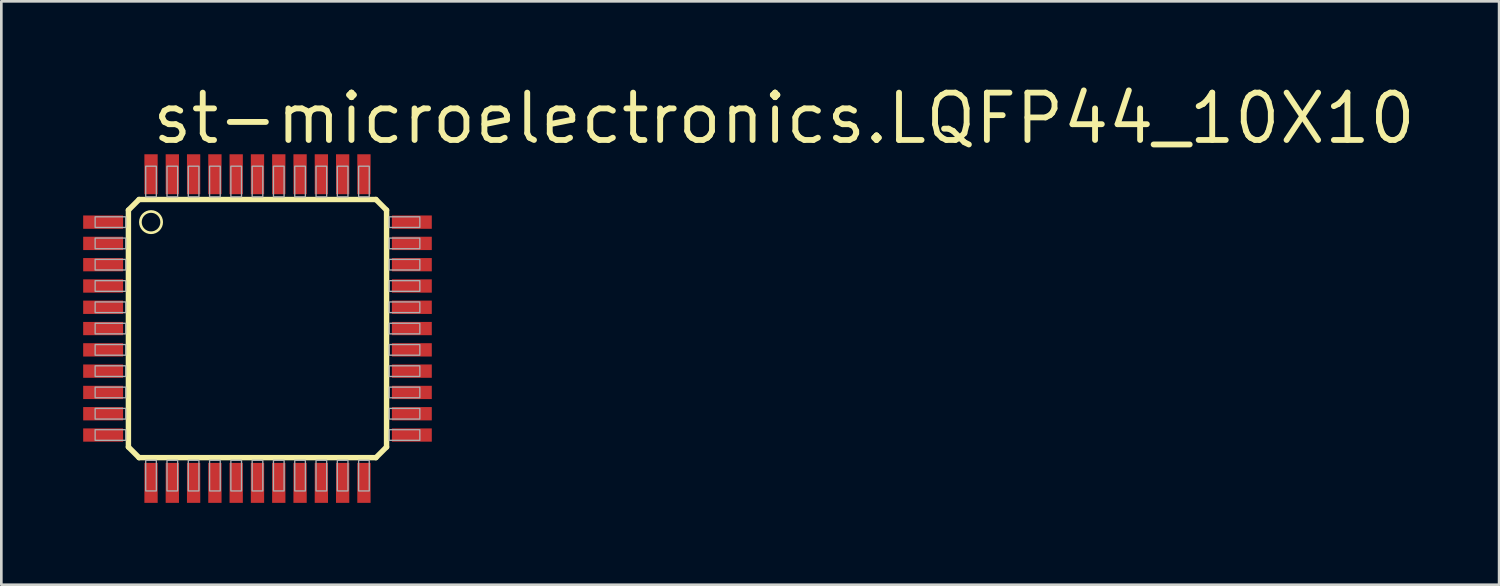
<source format=kicad_pcb>
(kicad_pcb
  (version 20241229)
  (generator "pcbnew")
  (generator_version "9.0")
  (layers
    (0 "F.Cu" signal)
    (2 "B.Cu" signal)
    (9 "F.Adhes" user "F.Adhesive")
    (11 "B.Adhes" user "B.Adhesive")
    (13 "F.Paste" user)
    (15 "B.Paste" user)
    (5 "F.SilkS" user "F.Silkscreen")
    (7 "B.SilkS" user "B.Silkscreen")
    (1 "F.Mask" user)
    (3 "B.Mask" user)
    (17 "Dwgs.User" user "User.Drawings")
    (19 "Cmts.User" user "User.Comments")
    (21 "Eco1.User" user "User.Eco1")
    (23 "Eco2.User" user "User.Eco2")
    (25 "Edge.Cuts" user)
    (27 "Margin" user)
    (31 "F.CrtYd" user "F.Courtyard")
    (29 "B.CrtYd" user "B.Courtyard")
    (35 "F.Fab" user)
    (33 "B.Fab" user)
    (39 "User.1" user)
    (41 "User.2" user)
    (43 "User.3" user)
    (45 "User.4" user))
  (footprint "st-microelectronics.LQFP44_10X10"
    (layer "F.Cu")
    (at 6.625 9.296)
    (property "Reference" "st-microelectronics.LQFP44_10X10" (at -4.064 -6.858 0) (layer "F.SilkS") (effects (font (size 1.778 1.778) (thickness 0.22)) (justify left bottom)))
    (attr smd)
    (fp_rect (start -6.6 -3.7) (end -5 -4.3) (stroke (width 0.05) (type default)) (fill yes) (layer "F.Mask"))
    (fp_rect (start -6.6 -2.9) (end -5 -3.5) (stroke (width 0.05) (type default)) (fill yes) (layer "F.Mask"))
    (fp_rect (start -6.6 -2.1) (end -5 -2.7) (stroke (width 0.05) (type default)) (fill yes) (layer "F.Mask"))
    (fp_rect (start -6.6 -1.3) (end -5 -1.9) (stroke (width 0.05) (type default)) (fill yes) (layer "F.Mask"))
    (fp_rect (start -6.6 -0.5) (end -5 -1.1) (stroke (width 0.05) (type default)) (fill yes) (layer "F.Mask"))
    (fp_rect (start -6.6 0.3) (end -5 -0.3) (stroke (width 0.05) (type default)) (fill yes) (layer "F.Mask"))
    (fp_rect (start -6.6 1.1) (end -5 0.5) (stroke (width 0.05) (type default)) (fill yes) (layer "F.Mask"))
    (fp_rect (start -6.6 1.9) (end -5 1.3) (stroke (width 0.05) (type default)) (fill yes) (layer "F.Mask"))
    (fp_rect (start -6.6 2.7) (end -5 2.1) (stroke (width 0.05) (type default)) (fill yes) (layer "F.Mask"))
    (fp_rect (start -6.6 3.5) (end -5 2.9) (stroke (width 0.05) (type default)) (fill yes) (layer "F.Mask"))
    (fp_rect (start -6.6 4.3) (end -5 3.7) (stroke (width 0.05) (type default)) (fill yes) (layer "F.Mask"))
    (fp_rect (start -4.3 -5) (end -3.7 -6.6) (stroke (width 0.05) (type default)) (fill yes) (layer "F.Mask"))
    (fp_rect (start -4.3 6.6) (end -3.7 5) (stroke (width 0.05) (type default)) (fill yes) (layer "F.Mask"))
    (fp_rect (start -3.5 -5) (end -2.9 -6.6) (stroke (width 0.05) (type default)) (fill yes) (layer "F.Mask"))
    (fp_rect (start -3.5 6.6) (end -2.9 5) (stroke (width 0.05) (type default)) (fill yes) (layer "F.Mask"))
    (fp_rect (start -2.7 -5) (end -2.1 -6.6) (stroke (width 0.05) (type default)) (fill yes) (layer "F.Mask"))
    (fp_rect (start -2.7 6.6) (end -2.1 5) (stroke (width 0.05) (type default)) (fill yes) (layer "F.Mask"))
    (fp_rect (start -1.9 -5) (end -1.3 -6.6) (stroke (width 0.05) (type default)) (fill yes) (layer "F.Mask"))
    (fp_rect (start -1.9 6.6) (end -1.3 5) (stroke (width 0.05) (type default)) (fill yes) (layer "F.Mask"))
    (fp_rect (start -1.1 -5) (end -0.5 -6.6) (stroke (width 0.05) (type default)) (fill yes) (layer "F.Mask"))
    (fp_rect (start -1.1 6.6) (end -0.5 5) (stroke (width 0.05) (type default)) (fill yes) (layer "F.Mask"))
    (fp_rect (start -0.3 -5) (end 0.3 -6.6) (stroke (width 0.05) (type default)) (fill yes) (layer "F.Mask"))
    (fp_rect (start -0.3 6.6) (end 0.3 5) (stroke (width 0.05) (type default)) (fill yes) (layer "F.Mask"))
    (fp_rect (start 0.5 -5) (end 1.1 -6.6) (stroke (width 0.05) (type default)) (fill yes) (layer "F.Mask"))
    (fp_rect (start 0.5 6.6) (end 1.1 5) (stroke (width 0.05) (type default)) (fill yes) (layer "F.Mask"))
    (fp_rect (start 1.3 -5) (end 1.9 -6.6) (stroke (width 0.05) (type default)) (fill yes) (layer "F.Mask"))
    (fp_rect (start 1.3 6.6) (end 1.9 5) (stroke (width 0.05) (type default)) (fill yes) (layer "F.Mask"))
    (fp_rect (start 2.1 -5) (end 2.7 -6.6) (stroke (width 0.05) (type default)) (fill yes) (layer "F.Mask"))
    (fp_rect (start 2.1 6.6) (end 2.7 5) (stroke (width 0.05) (type default)) (fill yes) (layer "F.Mask"))
    (fp_rect (start 2.9 -5) (end 3.5 -6.6) (stroke (width 0.05) (type default)) (fill yes) (layer "F.Mask"))
    (fp_rect (start 2.9 6.6) (end 3.5 5) (stroke (width 0.05) (type default)) (fill yes) (layer "F.Mask"))
    (fp_rect (start 3.7 -5) (end 4.3 -6.6) (stroke (width 0.05) (type default)) (fill yes) (layer "F.Mask"))
    (fp_rect (start 3.7 6.6) (end 4.3 5) (stroke (width 0.05) (type default)) (fill yes) (layer "F.Mask"))
    (fp_rect (start 5 -3.7) (end 6.6 -4.3) (stroke (width 0.05) (type default)) (fill yes) (layer "F.Mask"))
    (fp_rect (start 5 -2.9) (end 6.6 -3.5) (stroke (width 0.05) (type default)) (fill yes) (layer "F.Mask"))
    (fp_rect (start 5 -2.1) (end 6.6 -2.7) (stroke (width 0.05) (type default)) (fill yes) (layer "F.Mask"))
    (fp_rect (start 5 -1.3) (end 6.6 -1.9) (stroke (width 0.05) (type default)) (fill yes) (layer "F.Mask"))
    (fp_rect (start 5 -0.5) (end 6.6 -1.1) (stroke (width 0.05) (type default)) (fill yes) (layer "F.Mask"))
    (fp_rect (start 5 0.3) (end 6.6 -0.3) (stroke (width 0.05) (type default)) (fill yes) (layer "F.Mask"))
    (fp_rect (start 5 1.1) (end 6.6 0.5) (stroke (width 0.05) (type default)) (fill yes) (layer "F.Mask"))
    (fp_rect (start 5 1.9) (end 6.6 1.3) (stroke (width 0.05) (type default)) (fill yes) (layer "F.Mask"))
    (fp_rect (start 5 2.7) (end 6.6 2.1) (stroke (width 0.05) (type default)) (fill yes) (layer "F.Mask"))
    (fp_rect (start 5 3.5) (end 6.6 2.9) (stroke (width 0.05) (type default)) (fill yes) (layer "F.Mask"))
    (fp_rect (start 5 4.3) (end 6.6 3.7) (stroke (width 0.05) (type default)) (fill yes) (layer "F.Mask"))
    (fp_line (start -4.85 -4.45) (end -4.45 -4.85) (stroke (width 0.203) (type default)) (layer "F.SilkS"))
    (fp_line (start -4.85 4.45) (end -4.85 -4.45) (stroke (width 0.203) (type default)) (layer "F.SilkS"))
    (fp_line (start -4.45 -4.85) (end 4.45 -4.85) (stroke (width 0.203) (type default)) (layer "F.SilkS"))
    (fp_line (start -4.45 4.85) (end -4.85 4.45) (stroke (width 0.203) (type default)) (layer "F.SilkS"))
    (fp_line (start 4.45 -4.85) (end 4.85 -4.45) (stroke (width 0.203) (type default)) (layer "F.SilkS"))
    (fp_line (start 4.45 4.85) (end -4.45 4.85) (stroke (width 0.203) (type default)) (layer "F.SilkS"))
    (fp_line (start 4.85 -4.45) (end 4.85 4.45) (stroke (width 0.203) (type default)) (layer "F.SilkS"))
    (fp_line (start 4.85 4.45) (end 4.45 4.85) (stroke (width 0.203) (type default)) (layer "F.SilkS"))
    (fp_circle (center -4 -4) (end -3.6 -4) (stroke (width 0.1) (type default)) (fill no) (layer "F.SilkS"))
    (fp_rect (start -6.5 -3.775) (end -5.1 -4.225) (stroke (width 0.05) (type default)) (fill yes) (layer "F.Paste"))
    (fp_rect (start -6.5 -2.975) (end -5.1 -3.425) (stroke (width 0.05) (type default)) (fill yes) (layer "F.Paste"))
    (fp_rect (start -6.5 -2.175) (end -5.1 -2.625) (stroke (width 0.05) (type default)) (fill yes) (layer "F.Paste"))
    (fp_rect (start -6.5 -1.375) (end -5.1 -1.825) (stroke (width 0.05) (type default)) (fill yes) (layer "F.Paste"))
    (fp_rect (start -6.5 -0.575) (end -5.1 -1.025) (stroke (width 0.05) (type default)) (fill yes) (layer "F.Paste"))
    (fp_rect (start -6.5 0.225) (end -5.1 -0.225) (stroke (width 0.05) (type default)) (fill yes) (layer "F.Paste"))
    (fp_rect (start -6.5 1.025) (end -5.1 0.575) (stroke (width 0.05) (type default)) (fill yes) (layer "F.Paste"))
    (fp_rect (start -6.5 1.825) (end -5.1 1.375) (stroke (width 0.05) (type default)) (fill yes) (layer "F.Paste"))
    (fp_rect (start -6.5 2.625) (end -5.1 2.175) (stroke (width 0.05) (type default)) (fill yes) (layer "F.Paste"))
    (fp_rect (start -6.5 3.425) (end -5.1 2.975) (stroke (width 0.05) (type default)) (fill yes) (layer "F.Paste"))
    (fp_rect (start -6.5 4.225) (end -5.1 3.775) (stroke (width 0.05) (type default)) (fill yes) (layer "F.Paste"))
    (fp_rect (start -4.225 -5.1) (end -3.775 -6.5) (stroke (width 0.05) (type default)) (fill yes) (layer "F.Paste"))
    (fp_rect (start -4.225 6.5) (end -3.775 5.1) (stroke (width 0.05) (type default)) (fill yes) (layer "F.Paste"))
    (fp_rect (start -3.425 -5.1) (end -2.975 -6.5) (stroke (width 0.05) (type default)) (fill yes) (layer "F.Paste"))
    (fp_rect (start -3.425 6.5) (end -2.975 5.1) (stroke (width 0.05) (type default)) (fill yes) (layer "F.Paste"))
    (fp_rect (start -2.625 -5.1) (end -2.175 -6.5) (stroke (width 0.05) (type default)) (fill yes) (layer "F.Paste"))
    (fp_rect (start -2.625 6.5) (end -2.175 5.1) (stroke (width 0.05) (type default)) (fill yes) (layer "F.Paste"))
    (fp_rect (start -1.825 -5.1) (end -1.375 -6.5) (stroke (width 0.05) (type default)) (fill yes) (layer "F.Paste"))
    (fp_rect (start -1.825 6.5) (end -1.375 5.1) (stroke (width 0.05) (type default)) (fill yes) (layer "F.Paste"))
    (fp_rect (start -1.025 -5.1) (end -0.575 -6.5) (stroke (width 0.05) (type default)) (fill yes) (layer "F.Paste"))
    (fp_rect (start -1.025 6.5) (end -0.575 5.1) (stroke (width 0.05) (type default)) (fill yes) (layer "F.Paste"))
    (fp_rect (start -0.225 -5.1) (end 0.225 -6.5) (stroke (width 0.05) (type default)) (fill yes) (layer "F.Paste"))
    (fp_rect (start -0.225 6.5) (end 0.225 5.1) (stroke (width 0.05) (type default)) (fill yes) (layer "F.Paste"))
    (fp_rect (start 0.575 -5.1) (end 1.025 -6.5) (stroke (width 0.05) (type default)) (fill yes) (layer "F.Paste"))
    (fp_rect (start 0.575 6.5) (end 1.025 5.1) (stroke (width 0.05) (type default)) (fill yes) (layer "F.Paste"))
    (fp_rect (start 1.375 -5.1) (end 1.825 -6.5) (stroke (width 0.05) (type default)) (fill yes) (layer "F.Paste"))
    (fp_rect (start 1.375 6.5) (end 1.825 5.1) (stroke (width 0.05) (type default)) (fill yes) (layer "F.Paste"))
    (fp_rect (start 2.175 -5.1) (end 2.625 -6.5) (stroke (width 0.05) (type default)) (fill yes) (layer "F.Paste"))
    (fp_rect (start 2.175 6.5) (end 2.625 5.1) (stroke (width 0.05) (type default)) (fill yes) (layer "F.Paste"))
    (fp_rect (start 2.975 -5.1) (end 3.425 -6.5) (stroke (width 0.05) (type default)) (fill yes) (layer "F.Paste"))
    (fp_rect (start 2.975 6.5) (end 3.425 5.1) (stroke (width 0.05) (type default)) (fill yes) (layer "F.Paste"))
    (fp_rect (start 3.775 -5.1) (end 4.225 -6.5) (stroke (width 0.05) (type default)) (fill yes) (layer "F.Paste"))
    (fp_rect (start 3.775 6.5) (end 4.225 5.1) (stroke (width 0.05) (type default)) (fill yes) (layer "F.Paste"))
    (fp_rect (start 5.1 -3.775) (end 6.5 -4.225) (stroke (width 0.05) (type default)) (fill yes) (layer "F.Paste"))
    (fp_rect (start 5.1 -2.975) (end 6.5 -3.425) (stroke (width 0.05) (type default)) (fill yes) (layer "F.Paste"))
    (fp_rect (start 5.1 -2.175) (end 6.5 -2.625) (stroke (width 0.05) (type default)) (fill yes) (layer "F.Paste"))
    (fp_rect (start 5.1 -1.375) (end 6.5 -1.825) (stroke (width 0.05) (type default)) (fill yes) (layer "F.Paste"))
    (fp_rect (start 5.1 -0.575) (end 6.5 -1.025) (stroke (width 0.05) (type default)) (fill yes) (layer "F.Paste"))
    (fp_rect (start 5.1 0.225) (end 6.5 -0.225) (stroke (width 0.05) (type default)) (fill yes) (layer "F.Paste"))
    (fp_rect (start 5.1 1.025) (end 6.5 0.575) (stroke (width 0.05) (type default)) (fill yes) (layer "F.Paste"))
    (fp_rect (start 5.1 1.825) (end 6.5 1.375) (stroke (width 0.05) (type default)) (fill yes) (layer "F.Paste"))
    (fp_rect (start 5.1 2.625) (end 6.5 2.175) (stroke (width 0.05) (type default)) (fill yes) (layer "F.Paste"))
    (fp_rect (start 5.1 3.425) (end 6.5 2.975) (stroke (width 0.05) (type default)) (fill yes) (layer "F.Paste"))
    (fp_rect (start 5.1 4.225) (end 6.5 3.775) (stroke (width 0.05) (type default)) (fill yes) (layer "F.Paste"))
    (fp_rect (start -6.1 -3.8) (end -4.95 -4.2) (stroke (width 0.05) (type default)) (fill no) (layer "F.Fab"))
    (fp_rect (start -6.1 -3) (end -4.95 -3.4) (stroke (width 0.05) (type default)) (fill no) (layer "F.Fab"))
    (fp_rect (start -6.1 -2.2) (end -4.95 -2.6) (stroke (width 0.05) (type default)) (fill no) (layer "F.Fab"))
    (fp_rect (start -6.1 -1.4) (end -4.95 -1.8) (stroke (width 0.05) (type default)) (fill no) (layer "F.Fab"))
    (fp_rect (start -6.1 -0.6) (end -4.95 -1) (stroke (width 0.05) (type default)) (fill no) (layer "F.Fab"))
    (fp_rect (start -6.1 0.2) (end -4.95 -0.2) (stroke (width 0.05) (type default)) (fill no) (layer "F.Fab"))
    (fp_rect (start -6.1 1) (end -4.95 0.6) (stroke (width 0.05) (type default)) (fill no) (layer "F.Fab"))
    (fp_rect (start -6.1 1.8) (end -4.95 1.4) (stroke (width 0.05) (type default)) (fill no) (layer "F.Fab"))
    (fp_rect (start -6.1 2.6) (end -4.95 2.2) (stroke (width 0.05) (type default)) (fill no) (layer "F.Fab"))
    (fp_rect (start -6.1 3.4) (end -4.95 3) (stroke (width 0.05) (type default)) (fill no) (layer "F.Fab"))
    (fp_rect (start -6.1 4.2) (end -4.95 3.8) (stroke (width 0.05) (type default)) (fill no) (layer "F.Fab"))
    (fp_rect (start -4.2 -4.95) (end -3.8 -6.1) (stroke (width 0.05) (type default)) (fill no) (layer "F.Fab"))
    (fp_rect (start -4.2 6.1) (end -3.8 4.95) (stroke (width 0.05) (type default)) (fill no) (layer "F.Fab"))
    (fp_rect (start -3.4 -4.95) (end -3 -6.1) (stroke (width 0.05) (type default)) (fill no) (layer "F.Fab"))
    (fp_rect (start -3.4 6.1) (end -3 4.95) (stroke (width 0.05) (type default)) (fill no) (layer "F.Fab"))
    (fp_rect (start -2.6 -4.95) (end -2.2 -6.1) (stroke (width 0.05) (type default)) (fill no) (layer "F.Fab"))
    (fp_rect (start -2.6 6.1) (end -2.2 4.95) (stroke (width 0.05) (type default)) (fill no) (layer "F.Fab"))
    (fp_rect (start -1.8 -4.95) (end -1.4 -6.1) (stroke (width 0.05) (type default)) (fill no) (layer "F.Fab"))
    (fp_rect (start -1.8 6.1) (end -1.4 4.95) (stroke (width 0.05) (type default)) (fill no) (layer "F.Fab"))
    (fp_rect (start -1 -4.95) (end -0.6 -6.1) (stroke (width 0.05) (type default)) (fill no) (layer "F.Fab"))
    (fp_rect (start -1 6.1) (end -0.6 4.95) (stroke (width 0.05) (type default)) (fill no) (layer "F.Fab"))
    (fp_rect (start -0.2 -4.95) (end 0.2 -6.1) (stroke (width 0.05) (type default)) (fill no) (layer "F.Fab"))
    (fp_rect (start -0.2 6.1) (end 0.2 4.95) (stroke (width 0.05) (type default)) (fill no) (layer "F.Fab"))
    (fp_rect (start 0.6 -4.95) (end 1 -6.1) (stroke (width 0.05) (type default)) (fill no) (layer "F.Fab"))
    (fp_rect (start 0.6 6.1) (end 1 4.95) (stroke (width 0.05) (type default)) (fill no) (layer "F.Fab"))
    (fp_rect (start 1.4 -4.95) (end 1.8 -6.1) (stroke (width 0.05) (type default)) (fill no) (layer "F.Fab"))
    (fp_rect (start 1.4 6.1) (end 1.8 4.95) (stroke (width 0.05) (type default)) (fill no) (layer "F.Fab"))
    (fp_rect (start 2.2 -4.95) (end 2.6 -6.1) (stroke (width 0.05) (type default)) (fill no) (layer "F.Fab"))
    (fp_rect (start 2.2 6.1) (end 2.6 4.95) (stroke (width 0.05) (type default)) (fill no) (layer "F.Fab"))
    (fp_rect (start 3 -4.95) (end 3.4 -6.1) (stroke (width 0.05) (type default)) (fill no) (layer "F.Fab"))
    (fp_rect (start 3 6.1) (end 3.4 4.95) (stroke (width 0.05) (type default)) (fill no) (layer "F.Fab"))
    (fp_rect (start 3.8 -4.95) (end 4.2 -6.1) (stroke (width 0.05) (type default)) (fill no) (layer "F.Fab"))
    (fp_rect (start 3.8 6.1) (end 4.2 4.95) (stroke (width 0.05) (type default)) (fill no) (layer "F.Fab"))
    (fp_rect (start 4.95 -3.8) (end 6.1 -4.2) (stroke (width 0.05) (type default)) (fill no) (layer "F.Fab"))
    (fp_rect (start 4.95 -3) (end 6.1 -3.4) (stroke (width 0.05) (type default)) (fill no) (layer "F.Fab"))
    (fp_rect (start 4.95 -2.2) (end 6.1 -2.6) (stroke (width 0.05) (type default)) (fill no) (layer "F.Fab"))
    (fp_rect (start 4.95 -1.4) (end 6.1 -1.8) (stroke (width 0.05) (type default)) (fill no) (layer "F.Fab"))
    (fp_rect (start 4.95 -0.6) (end 6.1 -1) (stroke (width 0.05) (type default)) (fill no) (layer "F.Fab"))
    (fp_rect (start 4.95 0.2) (end 6.1 -0.2) (stroke (width 0.05) (type default)) (fill no) (layer "F.Fab"))
    (fp_rect (start 4.95 1) (end 6.1 0.6) (stroke (width 0.05) (type default)) (fill no) (layer "F.Fab"))
    (fp_rect (start 4.95 1.8) (end 6.1 1.4) (stroke (width 0.05) (type default)) (fill no) (layer "F.Fab"))
    (fp_rect (start 4.95 2.6) (end 6.1 2.2) (stroke (width 0.05) (type default)) (fill no) (layer "F.Fab"))
    (fp_rect (start 4.95 3.4) (end 6.1 3) (stroke (width 0.05) (type default)) (fill no) (layer "F.Fab"))
    (fp_rect (start 4.95 4.2) (end 6.1 3.8) (stroke (width 0.05) (type default)) (fill no) (layer "F.Fab"))
    (pad "1" smd roundrect (at -5.8 -4) (size 1.5 0.5) (layers "F.Cu" "F.Mask" "F.Paste") (roundrect_rratio 0.01))
    (pad "2" smd roundrect (at -5.8 -3.2) (size 1.5 0.5) (layers "F.Cu" "F.Mask" "F.Paste") (roundrect_rratio 0.01))
    (pad "3" smd roundrect (at -5.8 -2.4) (size 1.5 0.5) (layers "F.Cu" "F.Mask" "F.Paste") (roundrect_rratio 0.01))
    (pad "4" smd roundrect (at -5.8 -1.6) (size 1.5 0.5) (layers "F.Cu" "F.Mask" "F.Paste") (roundrect_rratio 0.01))
    (pad "5" smd roundrect (at -5.8 -0.8) (size 1.5 0.5) (layers "F.Cu" "F.Mask" "F.Paste") (roundrect_rratio 0.01))
    (pad "6" smd roundrect (at -5.8 0) (size 1.5 0.5) (layers "F.Cu" "F.Mask" "F.Paste") (roundrect_rratio 0.01))
    (pad "7" smd roundrect (at -5.8 0.8) (size 1.5 0.5) (layers "F.Cu" "F.Mask" "F.Paste") (roundrect_rratio 0.01))
    (pad "8" smd roundrect (at -5.8 1.6) (size 1.5 0.5) (layers "F.Cu" "F.Mask" "F.Paste") (roundrect_rratio 0.01))
    (pad "9" smd roundrect (at -5.8 2.4) (size 1.5 0.5) (layers "F.Cu" "F.Mask" "F.Paste") (roundrect_rratio 0.01))
    (pad "10" smd roundrect (at -5.8 3.2) (size 1.5 0.5) (layers "F.Cu" "F.Mask" "F.Paste") (roundrect_rratio 0.01))
    (pad "11" smd roundrect (at -5.8 4) (size 1.5 0.5) (layers "F.Cu" "F.Mask" "F.Paste") (roundrect_rratio 0.01))
    (pad "12" smd roundrect (at -4 5.8) (size 0.5 1.5) (layers "F.Cu" "F.Mask" "F.Paste") (roundrect_rratio 0.01))
    (pad "13" smd roundrect (at -3.2 5.8) (size 0.5 1.5) (layers "F.Cu" "F.Mask" "F.Paste") (roundrect_rratio 0.01))
    (pad "14" smd roundrect (at -2.4 5.8) (size 0.5 1.5) (layers "F.Cu" "F.Mask" "F.Paste") (roundrect_rratio 0.01))
    (pad "15" smd roundrect (at -1.6 5.8) (size 0.5 1.5) (layers "F.Cu" "F.Mask" "F.Paste") (roundrect_rratio 0.01))
    (pad "16" smd roundrect (at -0.8 5.8) (size 0.5 1.5) (layers "F.Cu" "F.Mask" "F.Paste") (roundrect_rratio 0.01))
    (pad "17" smd roundrect (at 0 5.8) (size 0.5 1.5) (layers "F.Cu" "F.Mask" "F.Paste") (roundrect_rratio 0.01))
    (pad "18" smd roundrect (at 0.8 5.8) (size 0.5 1.5) (layers "F.Cu" "F.Mask" "F.Paste") (roundrect_rratio 0.01))
    (pad "19" smd roundrect (at 1.6 5.8) (size 0.5 1.5) (layers "F.Cu" "F.Mask" "F.Paste") (roundrect_rratio 0.01))
    (pad "20" smd roundrect (at 2.4 5.8) (size 0.5 1.5) (layers "F.Cu" "F.Mask" "F.Paste") (roundrect_rratio 0.01))
    (pad "21" smd roundrect (at 3.2 5.8) (size 0.5 1.5) (layers "F.Cu" "F.Mask" "F.Paste") (roundrect_rratio 0.01))
    (pad "22" smd roundrect (at 4 5.8) (size 0.5 1.5) (layers "F.Cu" "F.Mask" "F.Paste") (roundrect_rratio 0.01))
    (pad "23" smd roundrect (at 5.8 4) (size 1.5 0.5) (layers "F.Cu" "F.Mask" "F.Paste") (roundrect_rratio 0.01))
    (pad "24" smd roundrect (at 5.8 3.2) (size 1.5 0.5) (layers "F.Cu" "F.Mask" "F.Paste") (roundrect_rratio 0.01))
    (pad "25" smd roundrect (at 5.8 2.4) (size 1.5 0.5) (layers "F.Cu" "F.Mask" "F.Paste") (roundrect_rratio 0.01))
    (pad "26" smd roundrect (at 5.8 1.6) (size 1.5 0.5) (layers "F.Cu" "F.Mask" "F.Paste") (roundrect_rratio 0.01))
    (pad "27" smd roundrect (at 5.8 0.8) (size 1.5 0.5) (layers "F.Cu" "F.Mask" "F.Paste") (roundrect_rratio 0.01))
    (pad "28" smd roundrect (at 5.8 0) (size 1.5 0.5) (layers "F.Cu" "F.Mask" "F.Paste") (roundrect_rratio 0.01))
    (pad "29" smd roundrect (at 5.8 -0.8) (size 1.5 0.5) (layers "F.Cu" "F.Mask" "F.Paste") (roundrect_rratio 0.01))
    (pad "30" smd roundrect (at 5.8 -1.6) (size 1.5 0.5) (layers "F.Cu" "F.Mask" "F.Paste") (roundrect_rratio 0.01))
    (pad "31" smd roundrect (at 5.8 -2.4) (size 1.5 0.5) (layers "F.Cu" "F.Mask" "F.Paste") (roundrect_rratio 0.01))
    (pad "32" smd roundrect (at 5.8 -3.2) (size 1.5 0.5) (layers "F.Cu" "F.Mask" "F.Paste") (roundrect_rratio 0.01))
    (pad "33" smd roundrect (at 5.8 -4) (size 1.5 0.5) (layers "F.Cu" "F.Mask" "F.Paste") (roundrect_rratio 0.01))
    (pad "34" smd roundrect (at 4 -5.8) (size 0.5 1.5) (layers "F.Cu" "F.Mask" "F.Paste") (roundrect_rratio 0.01))
    (pad "35" smd roundrect (at 3.2 -5.8) (size 0.5 1.5) (layers "F.Cu" "F.Mask" "F.Paste") (roundrect_rratio 0.01))
    (pad "36" smd roundrect (at 2.4 -5.8) (size 0.5 1.5) (layers "F.Cu" "F.Mask" "F.Paste") (roundrect_rratio 0.01))
    (pad "37" smd roundrect (at 1.6 -5.8) (size 0.5 1.5) (layers "F.Cu" "F.Mask" "F.Paste") (roundrect_rratio 0.01))
    (pad "38" smd roundrect (at 0.8 -5.8) (size 0.5 1.5) (layers "F.Cu" "F.Mask" "F.Paste") (roundrect_rratio 0.01))
    (pad "39" smd roundrect (at 0 -5.8) (size 0.5 1.5) (layers "F.Cu" "F.Mask" "F.Paste") (roundrect_rratio 0.01))
    (pad "40" smd roundrect (at -0.8 -5.8) (size 0.5 1.5) (layers "F.Cu" "F.Mask" "F.Paste") (roundrect_rratio 0.01))
    (pad "41" smd roundrect (at -1.6 -5.8) (size 0.5 1.5) (layers "F.Cu" "F.Mask" "F.Paste") (roundrect_rratio 0.01))
    (pad "42" smd roundrect (at -2.4 -5.8) (size 0.5 1.5) (layers "F.Cu" "F.Mask" "F.Paste") (roundrect_rratio 0.01))
    (pad "43" smd roundrect (at -3.2 -5.8) (size 0.5 1.5) (layers "F.Cu" "F.Mask" "F.Paste") (roundrect_rratio 0.01))
    (pad "44" smd roundrect (at -4 -5.8) (size 0.5 1.5) (layers "F.Cu" "F.Mask" "F.Paste") (roundrect_rratio 0.01)))
  (gr_rect
    (start -3 -3)
    (end 53.279 18.921)
    (stroke (width 0.1) (type default))
    (fill no)
    (layer "Edge.Cuts")))
</source>
